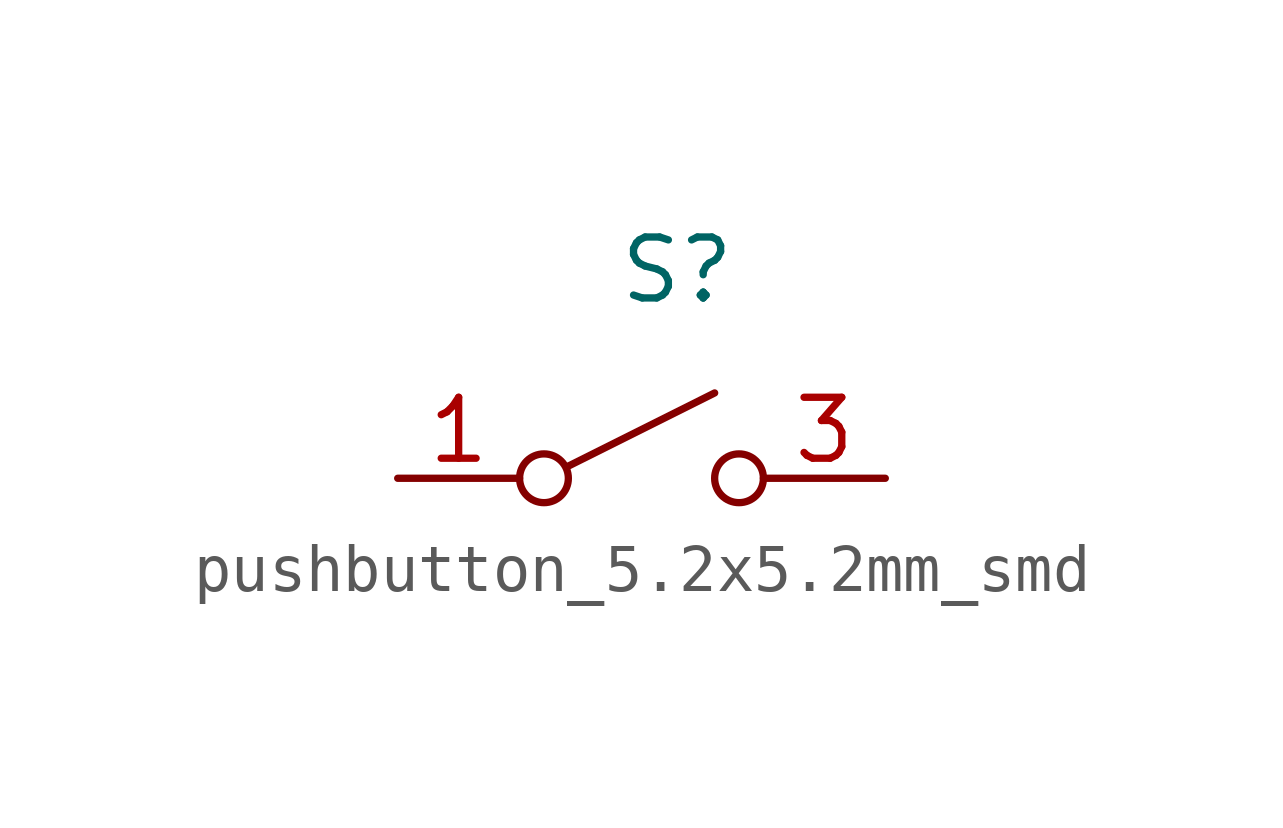
<source format=kicad_sym>
(kicad_symbol_lib
  (version 20231120)
  (generator "kicad_symbol_editor")
  (generator_version "8.0")
  (symbol "pushbutton_5.2x5.2mm_smd"
    (property "Reference" "S"
      (at 4.572 5.08 0)
      (effects (font (size 1.27 1.27)) (justify left top)))
    (property "Value" ""
      (at 4.572 2.54 0)
      (effects (font (size 1.27 1.27)) (justify left top)))
    (symbol "pushbutton_5.2x5.2mm_smd_0_0"
      (polyline (pts (xy 3.556 0.254) (xy 6.604 1.778)) (stroke (width 0) (type default)) (fill (type none)))
      (circle (center 3.048 0) (radius 0.508) (stroke (width 0) (type default)) (fill (type none)))
      (circle (center 7.112 0) (radius 0.508) (stroke (width 0) (type default)) (fill (type none))))
    (symbol "pushbutton_5.2x5.2mm_smd_1_1"
      (pin passive line (at 0 0 0) (length 2.54) (name "" (effects (font (size 1.27 1.27)))) (number "1" (effects (font (size 1.27 1.27)))))
      (pin passive line (at 0 0 0) (length 2.54) hide (name "" (effects (font (size 1.27 1.27)))) (number "2" (effects (font (size 1.27 1.27)))))
      (pin passive line (at 10.16 0 180) (length 2.54) (name "" (effects (font (size 1.27 1.27)))) (number "3" (effects (font (size 1.27 1.27)))))
      (pin passive line (at 10.16 0 180) (length 2.54) hide (name "" (effects (font (size 1.27 1.27)))) (number "4" (effects (font (size 1.27 1.27))))))))
</source>
